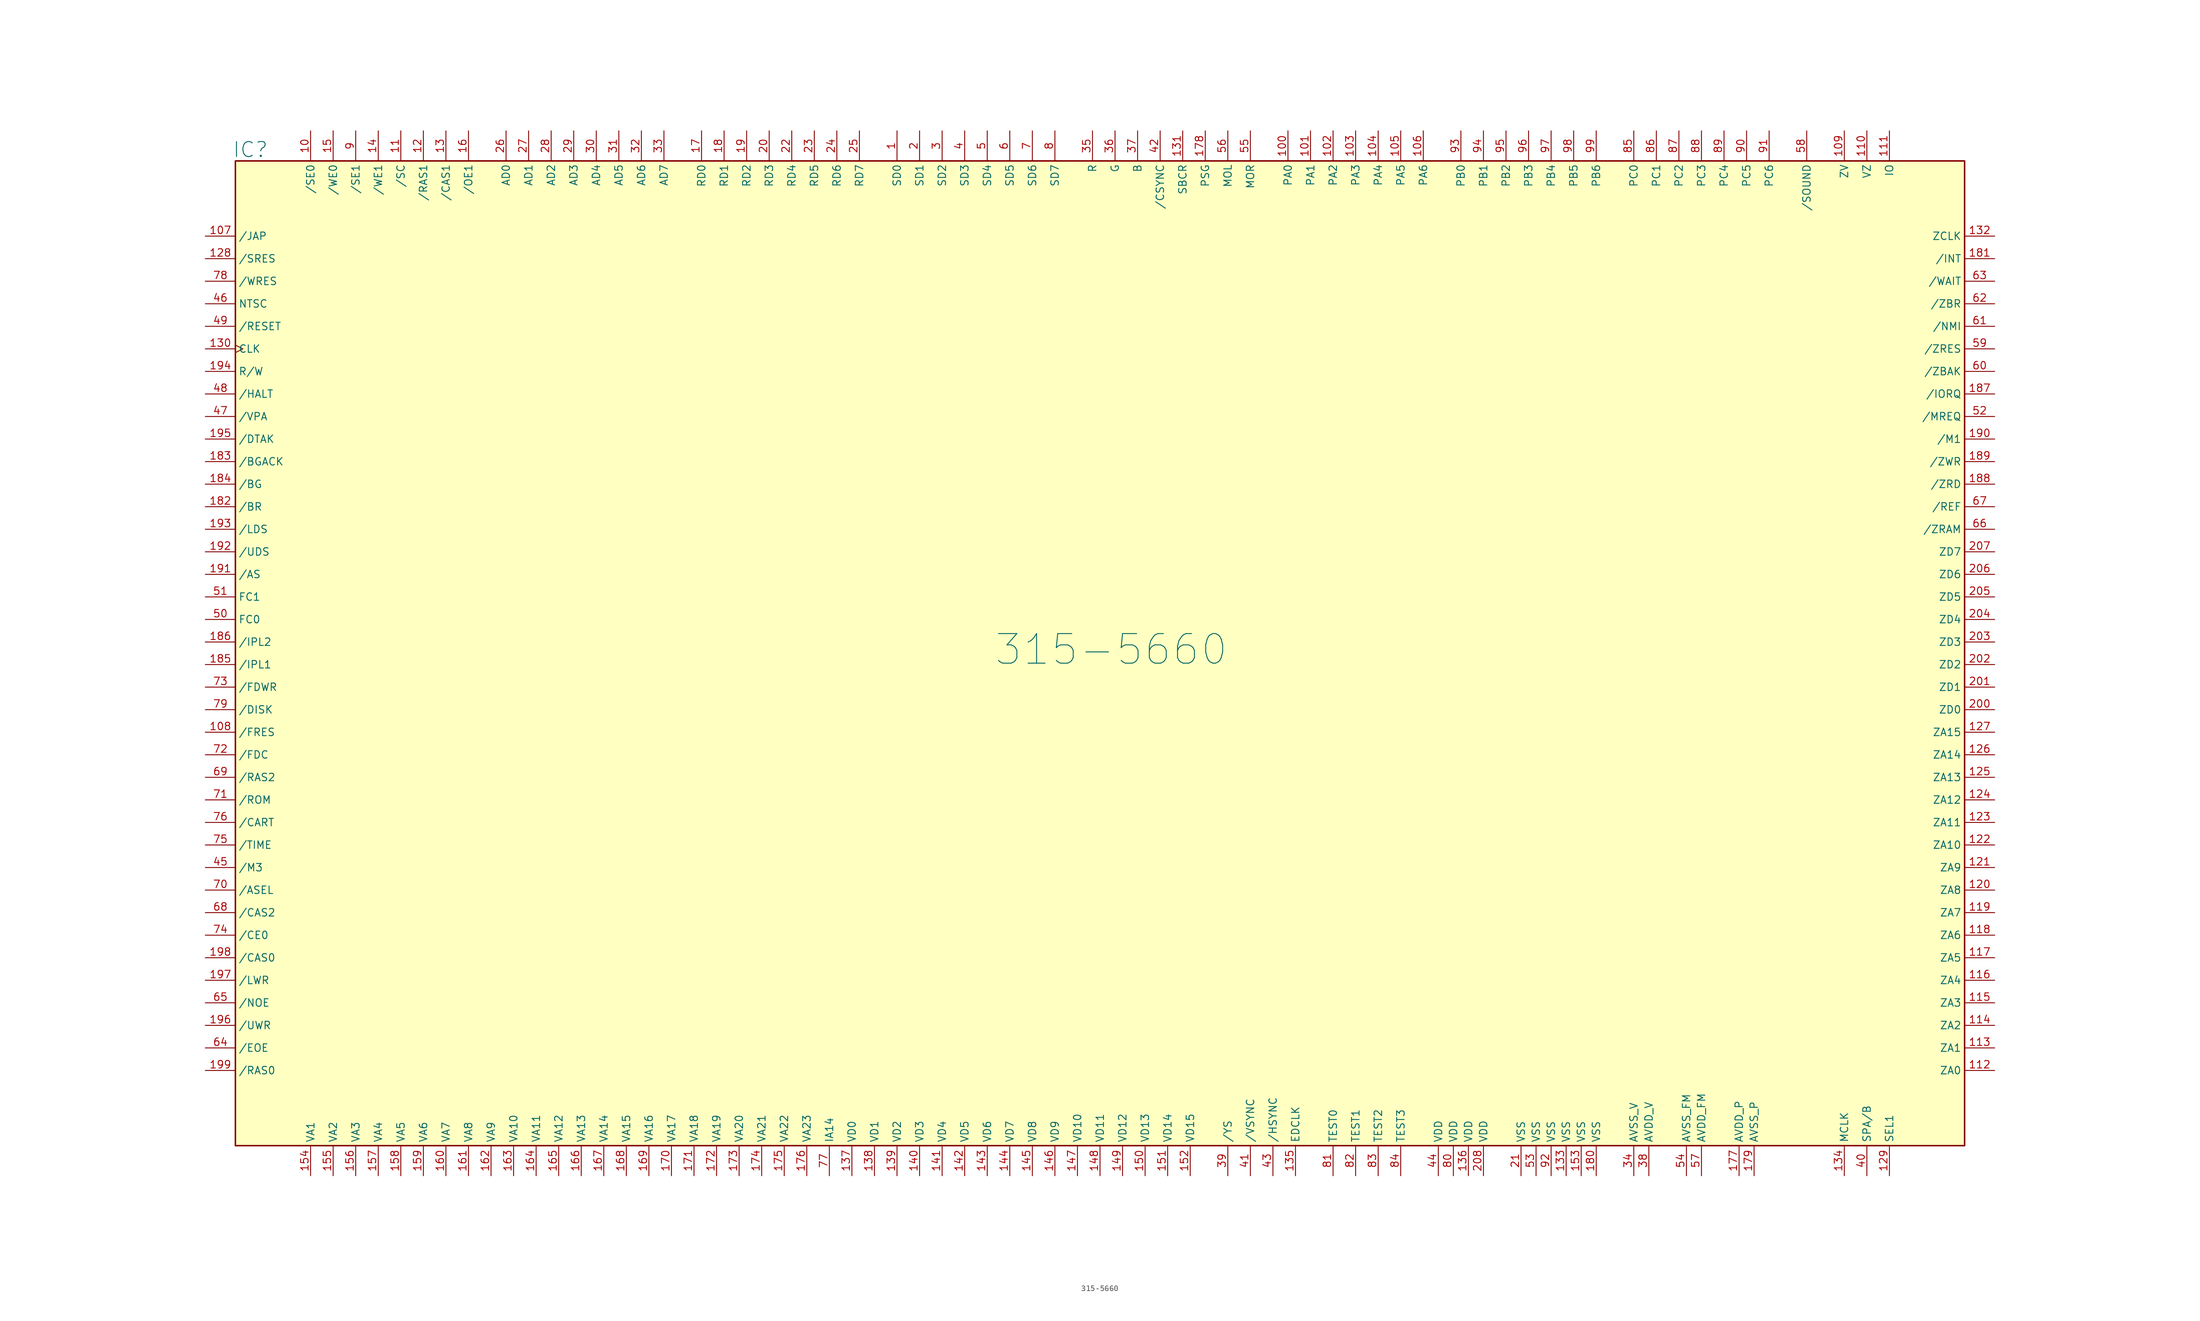
<source format=kicad_sym>
(kicad_symbol_lib
  (version 20220914)
  (generator kicad_symbol_editor)
  (symbol "315-5660"
    (property "Reference" "IC"
      (at -143.51 84.455 0)
      (effects (font (size 2.54 2.54))))
    (property "Value" "315-5660"
      (at 1.905 0 0)
      (effects (font (size 5 5))))
    (symbol "315-5660_0_1"
      (rectangle (start -146.05 82.55) (end 146.05 -83.82) (stroke (width 0.254) (type default)) (fill (type background))))
    (symbol "315-5660_1_1"
      (pin input line (at -34.29 87.63 270) (length 5.08) (name "SD0" (effects (font (size 1.27 1.27)))) (number "1" (effects (font (size 1.27 1.27)))))
      (pin output line (at -133.35 87.63 270) (length 5.08) (name "/SE0" (effects (font (size 1.27 1.27)))) (number "10" (effects (font (size 1.27 1.27)))))
      (pin bidirectional line (at 31.75 87.63 270) (length 5.08) (name "PA0" (effects (font (size 1.27 1.27)))) (number "100" (effects (font (size 1.27 1.27)))))
      (pin bidirectional line (at 35.56 87.63 270) (length 5.08) (name "PA1" (effects (font (size 1.27 1.27)))) (number "101" (effects (font (size 1.27 1.27)))))
      (pin bidirectional line (at 39.37 87.63 270) (length 5.08) (name "PA2" (effects (font (size 1.27 1.27)))) (number "102" (effects (font (size 1.27 1.27)))))
      (pin bidirectional line (at 43.18 87.63 270) (length 5.08) (name "PA3" (effects (font (size 1.27 1.27)))) (number "103" (effects (font (size 1.27 1.27)))))
      (pin bidirectional line (at 46.99 87.63 270) (length 5.08) (name "PA4" (effects (font (size 1.27 1.27)))) (number "104" (effects (font (size 1.27 1.27)))))
      (pin bidirectional line (at 50.8 87.63 270) (length 5.08) (name "PA5" (effects (font (size 1.27 1.27)))) (number "105" (effects (font (size 1.27 1.27)))))
      (pin bidirectional line (at 54.61 87.63 270) (length 5.08) (name "PA6" (effects (font (size 1.27 1.27)))) (number "106" (effects (font (size 1.27 1.27)))))
      (pin bidirectional line (at -151.13 69.85 0) (length 5.08) (name "/JAP" (effects (font (size 1.27 1.27)))) (number "107" (effects (font (size 1.27 1.27)))))
      (pin bidirectional line (at -151.13 -13.97 0) (length 5.08) (name "/FRES" (effects (font (size 1.27 1.27)))) (number "108" (effects (font (size 1.27 1.27)))))
      (pin bidirectional line (at 125.73 87.63 270) (length 5.08) (name "ZV" (effects (font (size 1.27 1.27)))) (number "109" (effects (font (size 1.27 1.27)))))
      (pin output line (at -118.11 87.63 270) (length 5.08) (name "/SC" (effects (font (size 1.27 1.27)))) (number "11" (effects (font (size 1.27 1.27)))))
      (pin bidirectional line (at 129.54 87.63 270) (length 5.08) (name "VZ" (effects (font (size 1.27 1.27)))) (number "110" (effects (font (size 1.27 1.27)))))
      (pin bidirectional line (at 133.35 87.63 270) (length 5.08) (name "IO" (effects (font (size 1.27 1.27)))) (number "111" (effects (font (size 1.27 1.27)))))
      (pin bidirectional line (at 151.13 -71.12 180) (length 5.08) (name "ZA0" (effects (font (size 1.27 1.27)))) (number "112" (effects (font (size 1.27 1.27)))))
      (pin bidirectional line (at 151.13 -67.31 180) (length 5.08) (name "ZA1" (effects (font (size 1.27 1.27)))) (number "113" (effects (font (size 1.27 1.27)))))
      (pin bidirectional line (at 151.13 -63.5 180) (length 5.08) (name "ZA2" (effects (font (size 1.27 1.27)))) (number "114" (effects (font (size 1.27 1.27)))))
      (pin bidirectional line (at 151.13 -59.69 180) (length 5.08) (name "ZA3" (effects (font (size 1.27 1.27)))) (number "115" (effects (font (size 1.27 1.27)))))
      (pin bidirectional line (at 151.13 -55.88 180) (length 5.08) (name "ZA4" (effects (font (size 1.27 1.27)))) (number "116" (effects (font (size 1.27 1.27)))))
      (pin bidirectional line (at 151.13 -52.07 180) (length 5.08) (name "ZA5" (effects (font (size 1.27 1.27)))) (number "117" (effects (font (size 1.27 1.27)))))
      (pin bidirectional line (at 151.13 -48.26 180) (length 5.08) (name "ZA6" (effects (font (size 1.27 1.27)))) (number "118" (effects (font (size 1.27 1.27)))))
      (pin bidirectional line (at 151.13 -44.45 180) (length 5.08) (name "ZA7" (effects (font (size 1.27 1.27)))) (number "119" (effects (font (size 1.27 1.27)))))
      (pin output line (at -114.3 87.63 270) (length 5.08) (name "/RAS1" (effects (font (size 1.27 1.27)))) (number "12" (effects (font (size 1.27 1.27)))))
      (pin bidirectional line (at 151.13 -40.64 180) (length 5.08) (name "ZA8" (effects (font (size 1.27 1.27)))) (number "120" (effects (font (size 1.27 1.27)))))
      (pin bidirectional line (at 151.13 -36.83 180) (length 5.08) (name "ZA9" (effects (font (size 1.27 1.27)))) (number "121" (effects (font (size 1.27 1.27)))))
      (pin bidirectional line (at 151.13 -33.02 180) (length 5.08) (name "ZA10" (effects (font (size 1.27 1.27)))) (number "122" (effects (font (size 1.27 1.27)))))
      (pin bidirectional line (at 151.13 -29.21 180) (length 5.08) (name "ZA11" (effects (font (size 1.27 1.27)))) (number "123" (effects (font (size 1.27 1.27)))))
      (pin bidirectional line (at 151.13 -25.4 180) (length 5.08) (name "ZA12" (effects (font (size 1.27 1.27)))) (number "124" (effects (font (size 1.27 1.27)))))
      (pin bidirectional line (at 151.13 -21.59 180) (length 5.08) (name "ZA13" (effects (font (size 1.27 1.27)))) (number "125" (effects (font (size 1.27 1.27)))))
      (pin bidirectional line (at 151.13 -17.78 180) (length 5.08) (name "ZA14" (effects (font (size 1.27 1.27)))) (number "126" (effects (font (size 1.27 1.27)))))
      (pin bidirectional line (at 151.13 -13.97 180) (length 5.08) (name "ZA15" (effects (font (size 1.27 1.27)))) (number "127" (effects (font (size 1.27 1.27)))))
      (pin input line (at -151.13 66.04 0) (length 5.08) (name "/SRES" (effects (font (size 1.27 1.27)))) (number "128" (effects (font (size 1.27 1.27)))))
      (pin output line (at 133.35 -88.9 90) (length 5.08) (name "SEL1" (effects (font (size 1.27 1.27)))) (number "129" (effects (font (size 1.27 1.27)))))
      (pin output line (at -110.49 87.63 270) (length 5.08) (name "/CAS1" (effects (font (size 1.27 1.27)))) (number "13" (effects (font (size 1.27 1.27)))))
      (pin bidirectional clock (at -151.13 50.8 0) (length 5.08) (name "CLK" (effects (font (size 1.27 1.27)))) (number "130" (effects (font (size 1.27 1.27)))))
      (pin output line (at 13.97 87.63 270) (length 5.08) (name "SBCR" (effects (font (size 1.27 1.27)))) (number "131" (effects (font (size 1.27 1.27)))))
      (pin bidirectional line (at 151.13 69.85 180) (length 5.08) (name "ZCLK" (effects (font (size 1.27 1.27)))) (number "132" (effects (font (size 1.27 1.27)))))
      (pin power_in line (at 78.74 -88.9 90) (length 5.08) (name "VSS" (effects (font (size 1.27 1.27)))) (number "133" (effects (font (size 1.27 1.27)))))
      (pin input line (at 125.73 -88.9 90) (length 5.08) (name "MCLK" (effects (font (size 1.27 1.27)))) (number "134" (effects (font (size 1.27 1.27)))))
      (pin bidirectional line (at 33.02 -88.9 90) (length 5.08) (name "EDCLK" (effects (font (size 1.27 1.27)))) (number "135" (effects (font (size 1.27 1.27)))))
      (pin power_in line (at 62.23 -88.9 90) (length 5.08) (name "VDD" (effects (font (size 1.27 1.27)))) (number "136" (effects (font (size 1.27 1.27)))))
      (pin bidirectional line (at -41.91 -88.9 90) (length 5.08) (name "VD0" (effects (font (size 1.27 1.27)))) (number "137" (effects (font (size 1.27 1.27)))))
      (pin bidirectional line (at -38.1 -88.9 90) (length 5.08) (name "VD1" (effects (font (size 1.27 1.27)))) (number "138" (effects (font (size 1.27 1.27)))))
      (pin bidirectional line (at -34.29 -88.9 90) (length 5.08) (name "VD2" (effects (font (size 1.27 1.27)))) (number "139" (effects (font (size 1.27 1.27)))))
      (pin output line (at -121.92 87.63 270) (length 5.08) (name "/WE1" (effects (font (size 1.27 1.27)))) (number "14" (effects (font (size 1.27 1.27)))))
      (pin bidirectional line (at -30.48 -88.9 90) (length 5.08) (name "VD3" (effects (font (size 1.27 1.27)))) (number "140" (effects (font (size 1.27 1.27)))))
      (pin bidirectional line (at -26.67 -88.9 90) (length 5.08) (name "VD4" (effects (font (size 1.27 1.27)))) (number "141" (effects (font (size 1.27 1.27)))))
      (pin bidirectional line (at -22.86 -88.9 90) (length 5.08) (name "VD5" (effects (font (size 1.27 1.27)))) (number "142" (effects (font (size 1.27 1.27)))))
      (pin bidirectional line (at -19.05 -88.9 90) (length 5.08) (name "VD6" (effects (font (size 1.27 1.27)))) (number "143" (effects (font (size 1.27 1.27)))))
      (pin bidirectional line (at -15.24 -88.9 90) (length 5.08) (name "VD7" (effects (font (size 1.27 1.27)))) (number "144" (effects (font (size 1.27 1.27)))))
      (pin bidirectional line (at -11.43 -88.9 90) (length 5.08) (name "VD8" (effects (font (size 1.27 1.27)))) (number "145" (effects (font (size 1.27 1.27)))))
      (pin bidirectional line (at -7.62 -88.9 90) (length 5.08) (name "VD9" (effects (font (size 1.27 1.27)))) (number "146" (effects (font (size 1.27 1.27)))))
      (pin bidirectional line (at -3.81 -88.9 90) (length 5.08) (name "VD10" (effects (font (size 1.27 1.27)))) (number "147" (effects (font (size 1.27 1.27)))))
      (pin bidirectional line (at 0 -88.9 90) (length 5.08) (name "VD11" (effects (font (size 1.27 1.27)))) (number "148" (effects (font (size 1.27 1.27)))))
      (pin bidirectional line (at 3.81 -88.9 90) (length 5.08) (name "VD12" (effects (font (size 1.27 1.27)))) (number "149" (effects (font (size 1.27 1.27)))))
      (pin output line (at -129.54 87.63 270) (length 5.08) (name "/WE0" (effects (font (size 1.27 1.27)))) (number "15" (effects (font (size 1.27 1.27)))))
      (pin bidirectional line (at 7.62 -88.9 90) (length 5.08) (name "VD13" (effects (font (size 1.27 1.27)))) (number "150" (effects (font (size 1.27 1.27)))))
      (pin bidirectional line (at 11.43 -88.9 90) (length 5.08) (name "VD14" (effects (font (size 1.27 1.27)))) (number "151" (effects (font (size 1.27 1.27)))))
      (pin bidirectional line (at 15.24 -88.9 90) (length 5.08) (name "VD15" (effects (font (size 1.27 1.27)))) (number "152" (effects (font (size 1.27 1.27)))))
      (pin power_in line (at 81.28 -88.9 90) (length 5.08) (name "VSS" (effects (font (size 1.27 1.27)))) (number "153" (effects (font (size 1.27 1.27)))))
      (pin bidirectional line (at -133.35 -88.9 90) (length 5.08) (name "VA1" (effects (font (size 1.27 1.27)))) (number "154" (effects (font (size 1.27 1.27)))))
      (pin bidirectional line (at -129.54 -88.9 90) (length 5.08) (name "VA2" (effects (font (size 1.27 1.27)))) (number "155" (effects (font (size 1.27 1.27)))))
      (pin bidirectional line (at -125.73 -88.9 90) (length 5.08) (name "VA3" (effects (font (size 1.27 1.27)))) (number "156" (effects (font (size 1.27 1.27)))))
      (pin bidirectional line (at -121.92 -88.9 90) (length 5.08) (name "VA4" (effects (font (size 1.27 1.27)))) (number "157" (effects (font (size 1.27 1.27)))))
      (pin bidirectional line (at -118.11 -88.9 90) (length 5.08) (name "VA5" (effects (font (size 1.27 1.27)))) (number "158" (effects (font (size 1.27 1.27)))))
      (pin bidirectional line (at -114.3 -88.9 90) (length 5.08) (name "VA6" (effects (font (size 1.27 1.27)))) (number "159" (effects (font (size 1.27 1.27)))))
      (pin output line (at -106.68 87.63 270) (length 5.08) (name "/OE1" (effects (font (size 1.27 1.27)))) (number "16" (effects (font (size 1.27 1.27)))))
      (pin bidirectional line (at -110.49 -88.9 90) (length 5.08) (name "VA7" (effects (font (size 1.27 1.27)))) (number "160" (effects (font (size 1.27 1.27)))))
      (pin bidirectional line (at -106.68 -88.9 90) (length 5.08) (name "VA8" (effects (font (size 1.27 1.27)))) (number "161" (effects (font (size 1.27 1.27)))))
      (pin bidirectional line (at -102.87 -88.9 90) (length 5.08) (name "VA9" (effects (font (size 1.27 1.27)))) (number "162" (effects (font (size 1.27 1.27)))))
      (pin bidirectional line (at -99.06 -88.9 90) (length 5.08) (name "VA10" (effects (font (size 1.27 1.27)))) (number "163" (effects (font (size 1.27 1.27)))))
      (pin bidirectional line (at -95.25 -88.9 90) (length 5.08) (name "VA11" (effects (font (size 1.27 1.27)))) (number "164" (effects (font (size 1.27 1.27)))))
      (pin bidirectional line (at -91.44 -88.9 90) (length 5.08) (name "VA12" (effects (font (size 1.27 1.27)))) (number "165" (effects (font (size 1.27 1.27)))))
      (pin bidirectional line (at -87.63 -88.9 90) (length 5.08) (name "VA13" (effects (font (size 1.27 1.27)))) (number "166" (effects (font (size 1.27 1.27)))))
      (pin bidirectional line (at -83.82 -88.9 90) (length 5.08) (name "VA14" (effects (font (size 1.27 1.27)))) (number "167" (effects (font (size 1.27 1.27)))))
      (pin bidirectional line (at -80.01 -88.9 90) (length 5.08) (name "VA15" (effects (font (size 1.27 1.27)))) (number "168" (effects (font (size 1.27 1.27)))))
      (pin bidirectional line (at -76.2 -88.9 90) (length 5.08) (name "VA16" (effects (font (size 1.27 1.27)))) (number "169" (effects (font (size 1.27 1.27)))))
      (pin bidirectional line (at -67.31 87.63 270) (length 5.08) (name "RD0" (effects (font (size 1.27 1.27)))) (number "17" (effects (font (size 1.27 1.27)))))
      (pin bidirectional line (at -72.39 -88.9 90) (length 5.08) (name "VA17" (effects (font (size 1.27 1.27)))) (number "170" (effects (font (size 1.27 1.27)))))
      (pin bidirectional line (at -68.58 -88.9 90) (length 5.08) (name "VA18" (effects (font (size 1.27 1.27)))) (number "171" (effects (font (size 1.27 1.27)))))
      (pin bidirectional line (at -64.77 -88.9 90) (length 5.08) (name "VA19" (effects (font (size 1.27 1.27)))) (number "172" (effects (font (size 1.27 1.27)))))
      (pin bidirectional line (at -60.96 -88.9 90) (length 5.08) (name "VA20" (effects (font (size 1.27 1.27)))) (number "173" (effects (font (size 1.27 1.27)))))
      (pin bidirectional line (at -57.15 -88.9 90) (length 5.08) (name "VA21" (effects (font (size 1.27 1.27)))) (number "174" (effects (font (size 1.27 1.27)))))
      (pin bidirectional line (at -53.34 -88.9 90) (length 5.08) (name "VA22" (effects (font (size 1.27 1.27)))) (number "175" (effects (font (size 1.27 1.27)))))
      (pin bidirectional line (at -49.53 -88.9 90) (length 5.08) (name "VA23" (effects (font (size 1.27 1.27)))) (number "176" (effects (font (size 1.27 1.27)))))
      (pin power_in line (at 107.95 -88.9 90) (length 5.08) (name "AVDD_P" (effects (font (size 1.27 1.27)))) (number "177" (effects (font (size 1.27 1.27)))))
      (pin output line (at 17.78 87.63 270) (length 5.08) (name "PSG" (effects (font (size 1.27 1.27)))) (number "178" (effects (font (size 1.27 1.27)))))
      (pin power_in line (at 110.49 -88.9 90) (length 5.08) (name "AVSS_P" (effects (font (size 1.27 1.27)))) (number "179" (effects (font (size 1.27 1.27)))))
      (pin bidirectional line (at -63.5 87.63 270) (length 5.08) (name "RD1" (effects (font (size 1.27 1.27)))) (number "18" (effects (font (size 1.27 1.27)))))
      (pin power_in line (at 83.82 -88.9 90) (length 5.08) (name "VSS" (effects (font (size 1.27 1.27)))) (number "180" (effects (font (size 1.27 1.27)))))
      (pin output line (at 151.13 66.04 180) (length 5.08) (name "/INT" (effects (font (size 1.27 1.27)))) (number "181" (effects (font (size 1.27 1.27)))))
      (pin output line (at -151.13 24.13 0) (length 5.08) (name "/BR" (effects (font (size 1.27 1.27)))) (number "182" (effects (font (size 1.27 1.27)))))
      (pin bidirectional line (at -151.13 31.75 0) (length 5.08) (name "/BGACK" (effects (font (size 1.27 1.27)))) (number "183" (effects (font (size 1.27 1.27)))))
      (pin input line (at -151.13 27.94 0) (length 5.08) (name "/BG" (effects (font (size 1.27 1.27)))) (number "184" (effects (font (size 1.27 1.27)))))
      (pin output line (at -151.13 -2.54 0) (length 5.08) (name "/IPL1" (effects (font (size 1.27 1.27)))) (number "185" (effects (font (size 1.27 1.27)))))
      (pin input line (at -151.13 1.27 0) (length 5.08) (name "/IPL2" (effects (font (size 1.27 1.27)))) (number "186" (effects (font (size 1.27 1.27)))))
      (pin output line (at 151.13 43.18 180) (length 5.08) (name "/IORQ" (effects (font (size 1.27 1.27)))) (number "187" (effects (font (size 1.27 1.27)))))
      (pin input line (at 151.13 27.94 180) (length 5.08) (name "/ZRD" (effects (font (size 1.27 1.27)))) (number "188" (effects (font (size 1.27 1.27)))))
      (pin bidirectional line (at 151.13 31.75 180) (length 5.08) (name "/ZWR" (effects (font (size 1.27 1.27)))) (number "189" (effects (font (size 1.27 1.27)))))
      (pin bidirectional line (at -59.69 87.63 270) (length 5.08) (name "RD2" (effects (font (size 1.27 1.27)))) (number "19" (effects (font (size 1.27 1.27)))))
      (pin input line (at 151.13 35.56 180) (length 5.08) (name "/M1" (effects (font (size 1.27 1.27)))) (number "190" (effects (font (size 1.27 1.27)))))
      (pin bidirectional line (at -151.13 12.7 0) (length 5.08) (name "/AS" (effects (font (size 1.27 1.27)))) (number "191" (effects (font (size 1.27 1.27)))))
      (pin bidirectional line (at -151.13 16.51 0) (length 5.08) (name "/UDS" (effects (font (size 1.27 1.27)))) (number "192" (effects (font (size 1.27 1.27)))))
      (pin bidirectional line (at -151.13 20.32 0) (length 5.08) (name "/LDS" (effects (font (size 1.27 1.27)))) (number "193" (effects (font (size 1.27 1.27)))))
      (pin bidirectional line (at -151.13 46.99 0) (length 5.08) (name "R/W" (effects (font (size 1.27 1.27)))) (number "194" (effects (font (size 1.27 1.27)))))
      (pin bidirectional line (at -151.13 35.56 0) (length 5.08) (name "/DTAK" (effects (font (size 1.27 1.27)))) (number "195" (effects (font (size 1.27 1.27)))))
      (pin output line (at -151.13 -63.5 0) (length 5.08) (name "/UWR" (effects (font (size 1.27 1.27)))) (number "196" (effects (font (size 1.27 1.27)))))
      (pin bidirectional line (at -151.13 -55.88 0) (length 5.08) (name "/LWR" (effects (font (size 1.27 1.27)))) (number "197" (effects (font (size 1.27 1.27)))))
      (pin bidirectional line (at -151.13 -52.07 0) (length 5.08) (name "/CAS0" (effects (font (size 1.27 1.27)))) (number "198" (effects (font (size 1.27 1.27)))))
      (pin output line (at -151.13 -71.12 0) (length 5.08) (name "/RAS0" (effects (font (size 1.27 1.27)))) (number "199" (effects (font (size 1.27 1.27)))))
      (pin input line (at -30.48 87.63 270) (length 5.08) (name "SD1" (effects (font (size 1.27 1.27)))) (number "2" (effects (font (size 1.27 1.27)))))
      (pin bidirectional line (at -55.88 87.63 270) (length 5.08) (name "RD3" (effects (font (size 1.27 1.27)))) (number "20" (effects (font (size 1.27 1.27)))))
      (pin bidirectional line (at 151.13 -10.16 180) (length 5.08) (name "ZD0" (effects (font (size 1.27 1.27)))) (number "200" (effects (font (size 1.27 1.27)))))
      (pin bidirectional line (at 151.13 -6.35 180) (length 5.08) (name "ZD1" (effects (font (size 1.27 1.27)))) (number "201" (effects (font (size 1.27 1.27)))))
      (pin bidirectional line (at 151.13 -2.54 180) (length 5.08) (name "ZD2" (effects (font (size 1.27 1.27)))) (number "202" (effects (font (size 1.27 1.27)))))
      (pin bidirectional line (at 151.13 1.27 180) (length 5.08) (name "ZD3" (effects (font (size 1.27 1.27)))) (number "203" (effects (font (size 1.27 1.27)))))
      (pin bidirectional line (at 151.13 5.08 180) (length 5.08) (name "ZD4" (effects (font (size 1.27 1.27)))) (number "204" (effects (font (size 1.27 1.27)))))
      (pin bidirectional line (at 151.13 8.89 180) (length 5.08) (name "ZD5" (effects (font (size 1.27 1.27)))) (number "205" (effects (font (size 1.27 1.27)))))
      (pin bidirectional line (at 151.13 12.7 180) (length 5.08) (name "ZD6" (effects (font (size 1.27 1.27)))) (number "206" (effects (font (size 1.27 1.27)))))
      (pin bidirectional line (at 151.13 16.51 180) (length 5.08) (name "ZD7" (effects (font (size 1.27 1.27)))) (number "207" (effects (font (size 1.27 1.27)))))
      (pin power_in line (at 64.77 -88.9 90) (length 5.08) (name "VDD" (effects (font (size 1.27 1.27)))) (number "208" (effects (font (size 1.27 1.27)))))
      (pin power_in line (at 71.12 -88.9 90) (length 5.08) (name "VSS" (effects (font (size 1.27 1.27)))) (number "21" (effects (font (size 1.27 1.27)))))
      (pin bidirectional line (at -52.07 87.63 270) (length 5.08) (name "RD4" (effects (font (size 1.27 1.27)))) (number "22" (effects (font (size 1.27 1.27)))))
      (pin bidirectional line (at -48.26 87.63 270) (length 5.08) (name "RD5" (effects (font (size 1.27 1.27)))) (number "23" (effects (font (size 1.27 1.27)))))
      (pin bidirectional line (at -44.45 87.63 270) (length 5.08) (name "RD6" (effects (font (size 1.27 1.27)))) (number "24" (effects (font (size 1.27 1.27)))))
      (pin bidirectional line (at -40.64 87.63 270) (length 5.08) (name "RD7" (effects (font (size 1.27 1.27)))) (number "25" (effects (font (size 1.27 1.27)))))
      (pin bidirectional line (at -100.33 87.63 270) (length 5.08) (name "AD0" (effects (font (size 1.27 1.27)))) (number "26" (effects (font (size 1.27 1.27)))))
      (pin bidirectional line (at -96.52 87.63 270) (length 5.08) (name "AD1" (effects (font (size 1.27 1.27)))) (number "27" (effects (font (size 1.27 1.27)))))
      (pin bidirectional line (at -92.71 87.63 270) (length 5.08) (name "AD2" (effects (font (size 1.27 1.27)))) (number "28" (effects (font (size 1.27 1.27)))))
      (pin bidirectional line (at -88.9 87.63 270) (length 5.08) (name "AD3" (effects (font (size 1.27 1.27)))) (number "29" (effects (font (size 1.27 1.27)))))
      (pin input line (at -26.67 87.63 270) (length 5.08) (name "SD2" (effects (font (size 1.27 1.27)))) (number "3" (effects (font (size 1.27 1.27)))))
      (pin bidirectional line (at -85.09 87.63 270) (length 5.08) (name "AD4" (effects (font (size 1.27 1.27)))) (number "30" (effects (font (size 1.27 1.27)))))
      (pin bidirectional line (at -81.28 87.63 270) (length 5.08) (name "AD5" (effects (font (size 1.27 1.27)))) (number "31" (effects (font (size 1.27 1.27)))))
      (pin bidirectional line (at -77.47 87.63 270) (length 5.08) (name "AD6" (effects (font (size 1.27 1.27)))) (number "32" (effects (font (size 1.27 1.27)))))
      (pin bidirectional line (at -73.66 87.63 270) (length 5.08) (name "AD7" (effects (font (size 1.27 1.27)))) (number "33" (effects (font (size 1.27 1.27)))))
      (pin power_in line (at 90.17 -88.9 90) (length 5.08) (name "AVSS_V" (effects (font (size 1.27 1.27)))) (number "34" (effects (font (size 1.27 1.27)))))
      (pin output line (at -1.27 87.63 270) (length 5.08) (name "R" (effects (font (size 1.27 1.27)))) (number "35" (effects (font (size 1.27 1.27)))))
      (pin output line (at 2.54 87.63 270) (length 5.08) (name "G" (effects (font (size 1.27 1.27)))) (number "36" (effects (font (size 1.27 1.27)))))
      (pin output line (at 6.35 87.63 270) (length 5.08) (name "B" (effects (font (size 1.27 1.27)))) (number "37" (effects (font (size 1.27 1.27)))))
      (pin power_in line (at 92.71 -88.9 90) (length 5.08) (name "AVDD_V" (effects (font (size 1.27 1.27)))) (number "38" (effects (font (size 1.27 1.27)))))
      (pin output line (at 21.59 -88.9 90) (length 5.08) (name "/YS" (effects (font (size 1.27 1.27)))) (number "39" (effects (font (size 1.27 1.27)))))
      (pin input line (at -22.86 87.63 270) (length 5.08) (name "SD3" (effects (font (size 1.27 1.27)))) (number "4" (effects (font (size 1.27 1.27)))))
      (pin bidirectional line (at 129.54 -88.9 90) (length 5.08) (name "SPA/B" (effects (font (size 1.27 1.27)))) (number "40" (effects (font (size 1.27 1.27)))))
      (pin output line (at 25.4 -88.9 90) (length 5.08) (name "/VSYNC" (effects (font (size 1.27 1.27)))) (number "41" (effects (font (size 1.27 1.27)))))
      (pin bidirectional line (at 10.16 87.63 270) (length 5.08) (name "/CSYNC" (effects (font (size 1.27 1.27)))) (number "42" (effects (font (size 1.27 1.27)))))
      (pin bidirectional line (at 29.21 -88.9 90) (length 5.08) (name "/HSYNC" (effects (font (size 1.27 1.27)))) (number "43" (effects (font (size 1.27 1.27)))))
      (pin power_in line (at 57.15 -88.9 90) (length 5.08) (name "VDD" (effects (font (size 1.27 1.27)))) (number "44" (effects (font (size 1.27 1.27)))))
      (pin input line (at -151.13 -36.83 0) (length 5.08) (name "/M3" (effects (font (size 1.27 1.27)))) (number "45" (effects (font (size 1.27 1.27)))))
      (pin input line (at -151.13 58.42 0) (length 5.08) (name "NTSC" (effects (font (size 1.27 1.27)))) (number "46" (effects (font (size 1.27 1.27)))))
      (pin output line (at -151.13 39.37 0) (length 5.08) (name "/VPA" (effects (font (size 1.27 1.27)))) (number "47" (effects (font (size 1.27 1.27)))))
      (pin output line (at -151.13 43.18 0) (length 5.08) (name "/HALT" (effects (font (size 1.27 1.27)))) (number "48" (effects (font (size 1.27 1.27)))))
      (pin open_collector line (at -151.13 54.61 0) (length 5.08) (name "/RESET" (effects (font (size 1.27 1.27)))) (number "49" (effects (font (size 1.27 1.27)))))
      (pin input line (at -19.05 87.63 270) (length 5.08) (name "SD4" (effects (font (size 1.27 1.27)))) (number "5" (effects (font (size 1.27 1.27)))))
      (pin input line (at -151.13 5.08 0) (length 5.08) (name "FC0" (effects (font (size 1.27 1.27)))) (number "50" (effects (font (size 1.27 1.27)))))
      (pin input line (at -151.13 8.89 0) (length 5.08) (name "FC1" (effects (font (size 1.27 1.27)))) (number "51" (effects (font (size 1.27 1.27)))))
      (pin bidirectional line (at 151.13 39.37 180) (length 5.08) (name "/MREQ" (effects (font (size 1.27 1.27)))) (number "52" (effects (font (size 1.27 1.27)))))
      (pin power_in line (at 73.66 -88.9 90) (length 5.08) (name "VSS" (effects (font (size 1.27 1.27)))) (number "53" (effects (font (size 1.27 1.27)))))
      (pin power_in line (at 99.06 -88.9 90) (length 5.08) (name "AVSS_FM" (effects (font (size 1.27 1.27)))) (number "54" (effects (font (size 1.27 1.27)))))
      (pin output line (at 25.4 87.63 270) (length 5.08) (name "MOR" (effects (font (size 1.27 1.27)))) (number "55" (effects (font (size 1.27 1.27)))))
      (pin output line (at 21.59 87.63 270) (length 5.08) (name "MOL" (effects (font (size 1.27 1.27)))) (number "56" (effects (font (size 1.27 1.27)))))
      (pin power_in line (at 101.6 -88.9 90) (length 5.08) (name "AVDD_FM" (effects (font (size 1.27 1.27)))) (number "57" (effects (font (size 1.27 1.27)))))
      (pin bidirectional line (at 119.38 87.63 270) (length 5.08) (name "/SOUND" (effects (font (size 1.27 1.27)))) (number "58" (effects (font (size 1.27 1.27)))))
      (pin bidirectional line (at 151.13 50.8 180) (length 5.08) (name "/ZRES" (effects (font (size 1.27 1.27)))) (number "59" (effects (font (size 1.27 1.27)))))
      (pin input line (at -15.24 87.63 270) (length 5.08) (name "SD5" (effects (font (size 1.27 1.27)))) (number "6" (effects (font (size 1.27 1.27)))))
      (pin input line (at 151.13 46.99 180) (length 5.08) (name "/ZBAK" (effects (font (size 1.27 1.27)))) (number "60" (effects (font (size 1.27 1.27)))))
      (pin bidirectional line (at 151.13 54.61 180) (length 5.08) (name "/NMI" (effects (font (size 1.27 1.27)))) (number "61" (effects (font (size 1.27 1.27)))))
      (pin bidirectional line (at 151.13 58.42 180) (length 5.08) (name "/ZBR" (effects (font (size 1.27 1.27)))) (number "62" (effects (font (size 1.27 1.27)))))
      (pin bidirectional line (at 151.13 62.23 180) (length 5.08) (name "/WAIT" (effects (font (size 1.27 1.27)))) (number "63" (effects (font (size 1.27 1.27)))))
      (pin output line (at -151.13 -67.31 0) (length 5.08) (name "/EOE" (effects (font (size 1.27 1.27)))) (number "64" (effects (font (size 1.27 1.27)))))
      (pin output line (at -151.13 -59.69 0) (length 5.08) (name "/NOE" (effects (font (size 1.27 1.27)))) (number "65" (effects (font (size 1.27 1.27)))))
      (pin output line (at 151.13 20.32 180) (length 5.08) (name "/ZRAM" (effects (font (size 1.27 1.27)))) (number "66" (effects (font (size 1.27 1.27)))))
      (pin output line (at 151.13 24.13 180) (length 5.08) (name "/REF" (effects (font (size 1.27 1.27)))) (number "67" (effects (font (size 1.27 1.27)))))
      (pin output line (at -151.13 -44.45 0) (length 5.08) (name "/CAS2" (effects (font (size 1.27 1.27)))) (number "68" (effects (font (size 1.27 1.27)))))
      (pin output line (at -151.13 -21.59 0) (length 5.08) (name "/RAS2" (effects (font (size 1.27 1.27)))) (number "69" (effects (font (size 1.27 1.27)))))
      (pin input line (at -11.43 87.63 270) (length 5.08) (name "SD6" (effects (font (size 1.27 1.27)))) (number "7" (effects (font (size 1.27 1.27)))))
      (pin output line (at -151.13 -40.64 0) (length 5.08) (name "/ASEL" (effects (font (size 1.27 1.27)))) (number "70" (effects (font (size 1.27 1.27)))))
      (pin open_collector line (at -151.13 -25.4 0) (length 5.08) (name "/ROM" (effects (font (size 1.27 1.27)))) (number "71" (effects (font (size 1.27 1.27)))))
      (pin open_collector line (at -151.13 -17.78 0) (length 5.08) (name "/FDC" (effects (font (size 1.27 1.27)))) (number "72" (effects (font (size 1.27 1.27)))))
      (pin open_collector line (at -151.13 -6.35 0) (length 5.08) (name "/FDWR" (effects (font (size 1.27 1.27)))) (number "73" (effects (font (size 1.27 1.27)))))
      (pin output line (at -151.13 -48.26 0) (length 5.08) (name "/CE0" (effects (font (size 1.27 1.27)))) (number "74" (effects (font (size 1.27 1.27)))))
      (pin open_collector line (at -151.13 -33.02 0) (length 5.08) (name "/TIME" (effects (font (size 1.27 1.27)))) (number "75" (effects (font (size 1.27 1.27)))))
      (pin input line (at -151.13 -29.21 0) (length 5.08) (name "/CART" (effects (font (size 1.27 1.27)))) (number "76" (effects (font (size 1.27 1.27)))))
      (pin output line (at -45.72 -88.9 90) (length 5.08) (name "IA14" (effects (font (size 1.27 1.27)))) (number "77" (effects (font (size 1.27 1.27)))))
      (pin input line (at -151.13 62.23 0) (length 5.08) (name "/WRES" (effects (font (size 1.27 1.27)))) (number "78" (effects (font (size 1.27 1.27)))))
      (pin bidirectional line (at -151.13 -10.16 0) (length 5.08) (name "/DISK" (effects (font (size 1.27 1.27)))) (number "79" (effects (font (size 1.27 1.27)))))
      (pin input line (at -7.62 87.63 270) (length 5.08) (name "SD7" (effects (font (size 1.27 1.27)))) (number "8" (effects (font (size 1.27 1.27)))))
      (pin power_in line (at 59.69 -88.9 90) (length 5.08) (name "VDD" (effects (font (size 1.27 1.27)))) (number "80" (effects (font (size 1.27 1.27)))))
      (pin bidirectional line (at 39.37 -88.9 90) (length 5.08) (name "TEST0" (effects (font (size 1.27 1.27)))) (number "81" (effects (font (size 1.27 1.27)))))
      (pin input line (at 43.18 -88.9 90) (length 5.08) (name "TEST1" (effects (font (size 1.27 1.27)))) (number "82" (effects (font (size 1.27 1.27)))))
      (pin input line (at 46.99 -88.9 90) (length 5.08) (name "TEST2" (effects (font (size 1.27 1.27)))) (number "83" (effects (font (size 1.27 1.27)))))
      (pin input line (at 50.8 -88.9 90) (length 5.08) (name "TEST3" (effects (font (size 1.27 1.27)))) (number "84" (effects (font (size 1.27 1.27)))))
      (pin bidirectional line (at 90.17 87.63 270) (length 5.08) (name "PC0" (effects (font (size 1.27 1.27)))) (number "85" (effects (font (size 1.27 1.27)))))
      (pin bidirectional line (at 93.98 87.63 270) (length 5.08) (name "PC1" (effects (font (size 1.27 1.27)))) (number "86" (effects (font (size 1.27 1.27)))))
      (pin bidirectional line (at 97.79 87.63 270) (length 5.08) (name "PC2" (effects (font (size 1.27 1.27)))) (number "87" (effects (font (size 1.27 1.27)))))
      (pin bidirectional line (at 101.6 87.63 270) (length 5.08) (name "PC3" (effects (font (size 1.27 1.27)))) (number "88" (effects (font (size 1.27 1.27)))))
      (pin bidirectional line (at 105.41 87.63 270) (length 5.08) (name "PC4" (effects (font (size 1.27 1.27)))) (number "89" (effects (font (size 1.27 1.27)))))
      (pin output line (at -125.73 87.63 270) (length 5.08) (name "/SE1" (effects (font (size 1.27 1.27)))) (number "9" (effects (font (size 1.27 1.27)))))
      (pin bidirectional line (at 109.22 87.63 270) (length 5.08) (name "PC5" (effects (font (size 1.27 1.27)))) (number "90" (effects (font (size 1.27 1.27)))))
      (pin bidirectional line (at 113.03 87.63 270) (length 5.08) (name "PC6" (effects (font (size 1.27 1.27)))) (number "91" (effects (font (size 1.27 1.27)))))
      (pin power_in line (at 76.2 -88.9 90) (length 5.08) (name "VSS" (effects (font (size 1.27 1.27)))) (number "92" (effects (font (size 1.27 1.27)))))
      (pin bidirectional line (at 60.96 87.63 270) (length 5.08) (name "PB0" (effects (font (size 1.27 1.27)))) (number "93" (effects (font (size 1.27 1.27)))))
      (pin bidirectional line (at 64.77 87.63 270) (length 5.08) (name "PB1" (effects (font (size 1.27 1.27)))) (number "94" (effects (font (size 1.27 1.27)))))
      (pin bidirectional line (at 68.58 87.63 270) (length 5.08) (name "PB2" (effects (font (size 1.27 1.27)))) (number "95" (effects (font (size 1.27 1.27)))))
      (pin bidirectional line (at 72.39 87.63 270) (length 5.08) (name "PB3" (effects (font (size 1.27 1.27)))) (number "96" (effects (font (size 1.27 1.27)))))
      (pin bidirectional line (at 76.2 87.63 270) (length 5.08) (name "PB4" (effects (font (size 1.27 1.27)))) (number "97" (effects (font (size 1.27 1.27)))))
      (pin bidirectional line (at 80.01 87.63 270) (length 5.08) (name "PB5" (effects (font (size 1.27 1.27)))) (number "98" (effects (font (size 1.27 1.27)))))
      (pin bidirectional line (at 83.82 87.63 270) (length 5.08) (name "PB6" (effects (font (size 1.27 1.27)))) (number "99" (effects (font (size 1.27 1.27))))))))
</source>
